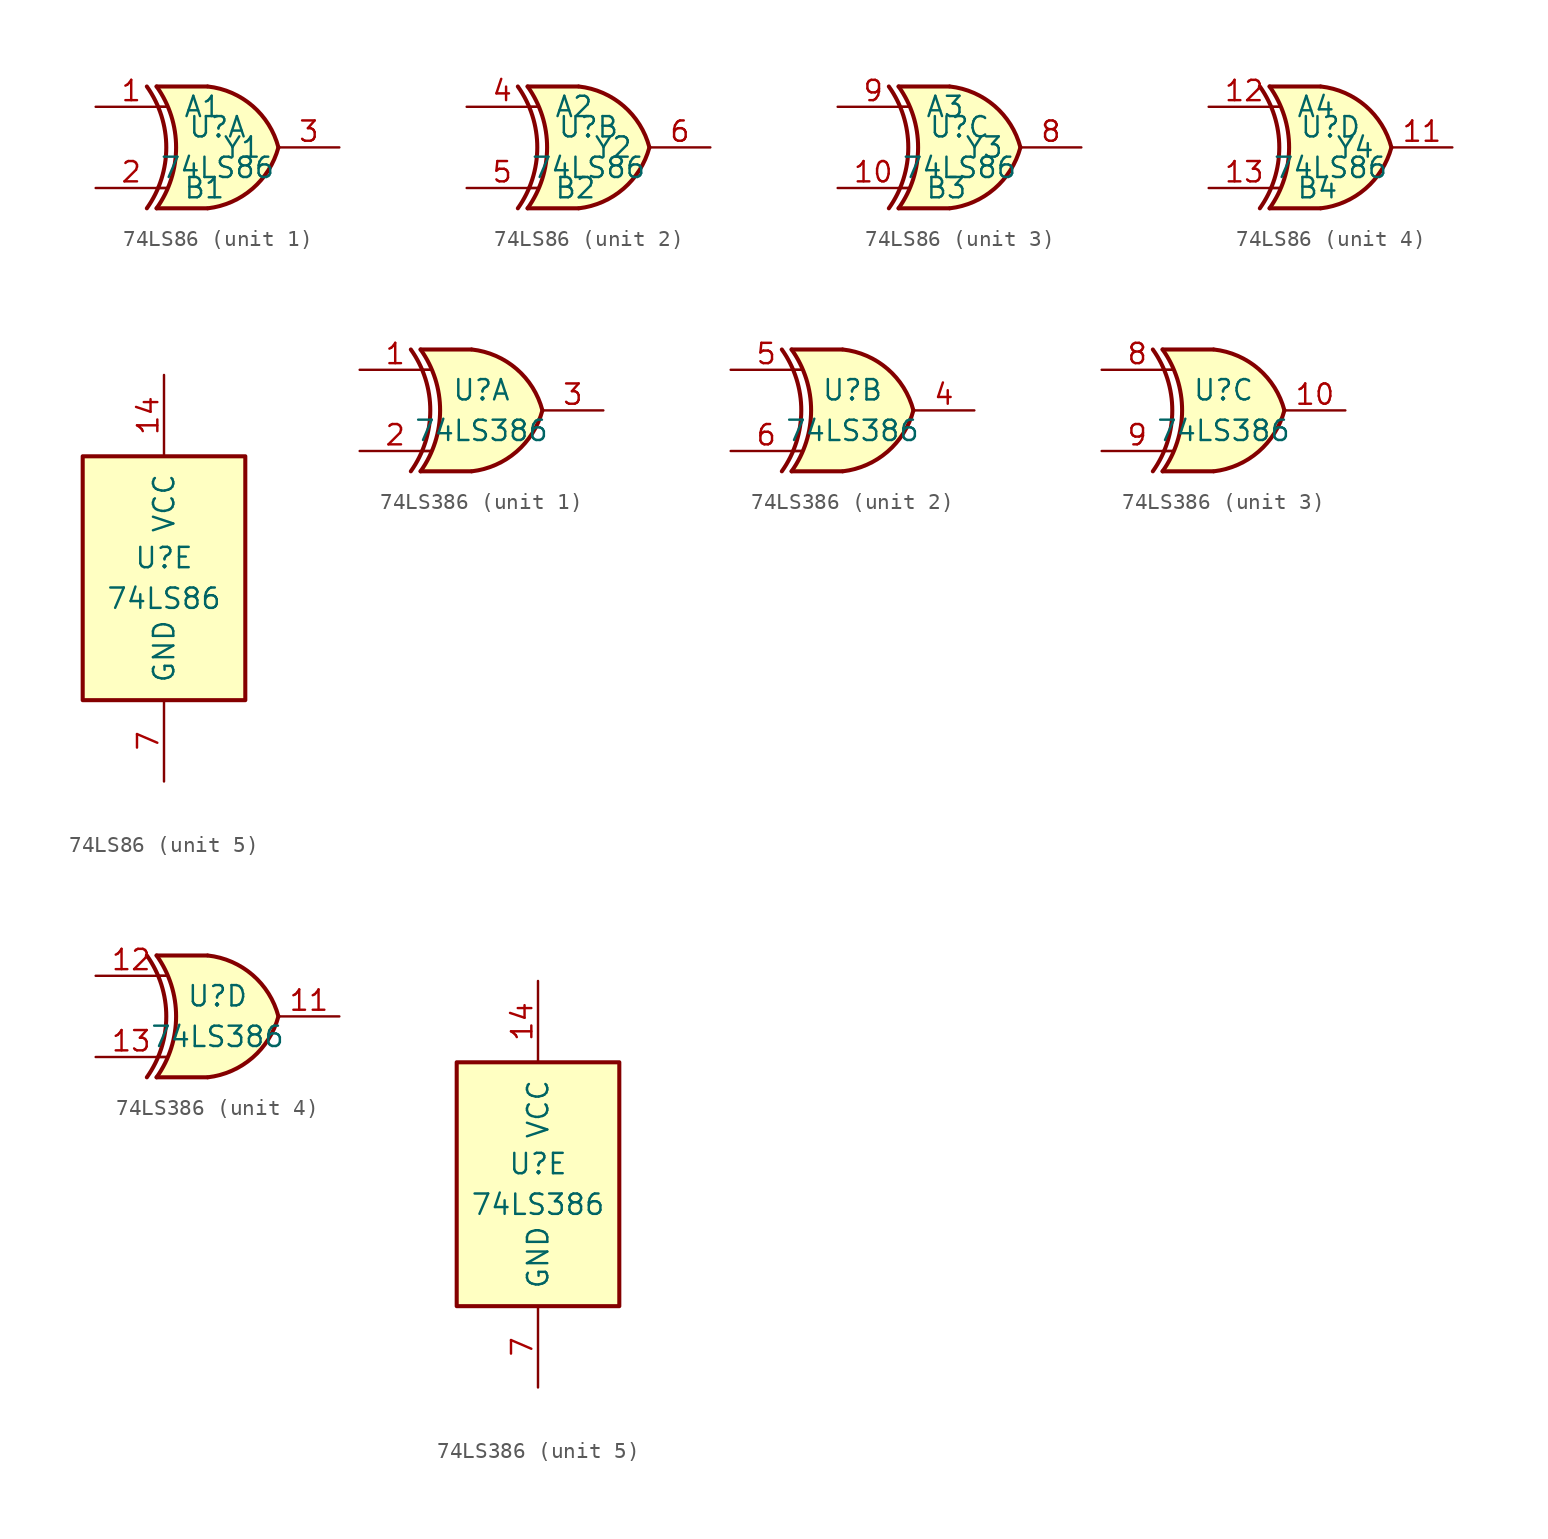
<source format=kicad_sym>
(kicad_symbol_lib
  (version 20211014)
  (generator kicad_symbol_editor)
  (symbol "74LS86"
    (pin_names
      (offset 1.016))
    (property "Reference" "U"
      (at 0 1.27 0)
      (effects (font (size 1.27 1.27))))
    (property "Value" "74LS86"
      (at 0 -1.27 0)
      (effects (font (size 1.27 1.27))))
    (property "ki_locked" ""
      (at 0 0 0)
      (effects (font (size 1.27 1.27))))
    (symbol "74LS86_1_0"
      (arc (start -4.4196 -3.81) (mid -3.2033 0) (end -4.4196 3.81) (stroke (width 0.254) (type default) (color 0 0 0 0)) (fill (type none)))
      (arc (start -3.81 -3.81) (mid -2.589 0) (end -3.81 3.81) (stroke (width 0.254) (type default) (color 0 0 0 0)) (fill (type none)))
      (arc (start -0.6096 -3.81) (mid 2.1855 -2.584) (end 3.81 0) (stroke (width 0.254) (type default) (color 0 0 0 0)) (fill (type background)))
      (polyline (pts (xy -3.81 -3.81) (xy -0.635 -3.81)) (stroke (width 0.254) (type default) (color 0 0 0 0)) (fill (type background)))
      (polyline (pts (xy -3.81 3.81) (xy -0.635 3.81)) (stroke (width 0.254) (type default) (color 0 0 0 0)) (fill (type background)))
      (polyline (pts (xy -0.635 3.81) (xy -3.81 3.81) (xy -3.81 3.81) (xy -3.556 3.404) (xy -3.023 2.261) (xy -2.692 1.041) (xy -2.616 -0.254) (xy -2.769 -1.499) (xy -3.175 -2.718) (xy -3.81 -3.81) (xy -3.81 -3.81) (xy -0.635 -3.81)) (stroke (width -25.4) (type default) (color 0 0 0 0)) (fill (type background)))
      (arc (start 3.81 0) (mid 2.1928 2.5925) (end -0.6096 3.81) (stroke (width 0.254) (type default) (color 0 0 0 0)) (fill (type background)))
      (pin input line (at -7.62 2.54 0) (length 4.445) (name "A1" (effects (font (size 1.27 1.27)))) (number "1" (effects (font (size 1.27 1.27)))))
      (pin input line (at -7.62 -2.54 0) (length 4.445) (name "B1" (effects (font (size 1.27 1.27)))) (number "2" (effects (font (size 1.27 1.27)))))
      (pin output line (at 7.62 0 180) (length 3.81) (name "Y1" (effects (font (size 1.27 1.27)))) (number "3" (effects (font (size 1.27 1.27))))))
    (symbol "74LS86_1_1"
      (polyline (pts (xy -3.81 -2.54) (xy -3.175 -2.54)) (stroke (width 0.152) (type default) (color 0 0 0 0)) (fill (type none)))
      (polyline (pts (xy -3.81 2.54) (xy -3.175 2.54)) (stroke (width 0.152) (type default) (color 0 0 0 0)) (fill (type none))))
    (symbol "74LS86_2_0"
      (arc (start -4.4196 -3.81) (mid -3.2033 0) (end -4.4196 3.81) (stroke (width 0.254) (type default) (color 0 0 0 0)) (fill (type none)))
      (arc (start -3.81 -3.81) (mid -2.589 0) (end -3.81 3.81) (stroke (width 0.254) (type default) (color 0 0 0 0)) (fill (type none)))
      (arc (start -0.6096 -3.81) (mid 2.1855 -2.584) (end 3.81 0) (stroke (width 0.254) (type default) (color 0 0 0 0)) (fill (type background)))
      (polyline (pts (xy -3.81 -3.81) (xy -0.635 -3.81)) (stroke (width 0.254) (type default) (color 0 0 0 0)) (fill (type background)))
      (polyline (pts (xy -3.81 3.81) (xy -0.635 3.81)) (stroke (width 0.254) (type default) (color 0 0 0 0)) (fill (type background)))
      (polyline (pts (xy -0.635 3.81) (xy -3.81 3.81) (xy -3.81 3.81) (xy -3.556 3.404) (xy -3.023 2.261) (xy -2.692 1.041) (xy -2.616 -0.254) (xy -2.769 -1.499) (xy -3.175 -2.718) (xy -3.81 -3.81) (xy -3.81 -3.81) (xy -0.635 -3.81)) (stroke (width -25.4) (type default) (color 0 0 0 0)) (fill (type background)))
      (arc (start 3.81 0) (mid 2.1928 2.5925) (end -0.6096 3.81) (stroke (width 0.254) (type default) (color 0 0 0 0)) (fill (type background)))
      (pin input line (at -7.62 2.54 0) (length 4.445) (name "A2" (effects (font (size 1.27 1.27)))) (number "4" (effects (font (size 1.27 1.27)))))
      (pin input line (at -7.62 -2.54 0) (length 4.445) (name "B2" (effects (font (size 1.27 1.27)))) (number "5" (effects (font (size 1.27 1.27)))))
      (pin output line (at 7.62 0 180) (length 3.81) (name "Y2" (effects (font (size 1.27 1.27)))) (number "6" (effects (font (size 1.27 1.27))))))
    (symbol "74LS86_2_1"
      (polyline (pts (xy -3.81 -2.54) (xy -3.175 -2.54)) (stroke (width 0.152) (type default) (color 0 0 0 0)) (fill (type none)))
      (polyline (pts (xy -3.81 2.54) (xy -3.175 2.54)) (stroke (width 0.152) (type default) (color 0 0 0 0)) (fill (type none))))
    (symbol "74LS86_3_0"
      (arc (start -4.4196 -3.81) (mid -3.2033 0) (end -4.4196 3.81) (stroke (width 0.254) (type default) (color 0 0 0 0)) (fill (type none)))
      (arc (start -3.81 -3.81) (mid -2.589 0) (end -3.81 3.81) (stroke (width 0.254) (type default) (color 0 0 0 0)) (fill (type none)))
      (arc (start -0.6096 -3.81) (mid 2.1855 -2.584) (end 3.81 0) (stroke (width 0.254) (type default) (color 0 0 0 0)) (fill (type background)))
      (polyline (pts (xy -3.81 -3.81) (xy -0.635 -3.81)) (stroke (width 0.254) (type default) (color 0 0 0 0)) (fill (type background)))
      (polyline (pts (xy -3.81 3.81) (xy -0.635 3.81)) (stroke (width 0.254) (type default) (color 0 0 0 0)) (fill (type background)))
      (polyline (pts (xy -0.635 3.81) (xy -3.81 3.81) (xy -3.81 3.81) (xy -3.556 3.404) (xy -3.023 2.261) (xy -2.692 1.041) (xy -2.616 -0.254) (xy -2.769 -1.499) (xy -3.175 -2.718) (xy -3.81 -3.81) (xy -3.81 -3.81) (xy -0.635 -3.81)) (stroke (width -25.4) (type default) (color 0 0 0 0)) (fill (type background)))
      (arc (start 3.81 0) (mid 2.1928 2.5925) (end -0.6096 3.81) (stroke (width 0.254) (type default) (color 0 0 0 0)) (fill (type background)))
      (pin input line (at -7.62 -2.54 0) (length 4.445) (name "B3" (effects (font (size 1.27 1.27)))) (number "10" (effects (font (size 1.27 1.27)))))
      (pin output line (at 7.62 0 180) (length 3.81) (name "Y3" (effects (font (size 1.27 1.27)))) (number "8" (effects (font (size 1.27 1.27)))))
      (pin input line (at -7.62 2.54 0) (length 4.445) (name "A3" (effects (font (size 1.27 1.27)))) (number "9" (effects (font (size 1.27 1.27))))))
    (symbol "74LS86_3_1"
      (polyline (pts (xy -3.81 -2.54) (xy -3.175 -2.54)) (stroke (width 0.152) (type default) (color 0 0 0 0)) (fill (type none)))
      (polyline (pts (xy -3.81 2.54) (xy -3.175 2.54)) (stroke (width 0.152) (type default) (color 0 0 0 0)) (fill (type none))))
    (symbol "74LS86_4_0"
      (arc (start -4.4196 -3.81) (mid -3.2033 0) (end -4.4196 3.81) (stroke (width 0.254) (type default) (color 0 0 0 0)) (fill (type none)))
      (arc (start -3.81 -3.81) (mid -2.589 0) (end -3.81 3.81) (stroke (width 0.254) (type default) (color 0 0 0 0)) (fill (type none)))
      (arc (start -0.6096 -3.81) (mid 2.1855 -2.584) (end 3.81 0) (stroke (width 0.254) (type default) (color 0 0 0 0)) (fill (type background)))
      (polyline (pts (xy -3.81 -3.81) (xy -0.635 -3.81)) (stroke (width 0.254) (type default) (color 0 0 0 0)) (fill (type background)))
      (polyline (pts (xy -3.81 3.81) (xy -0.635 3.81)) (stroke (width 0.254) (type default) (color 0 0 0 0)) (fill (type background)))
      (polyline (pts (xy -0.635 3.81) (xy -3.81 3.81) (xy -3.81 3.81) (xy -3.556 3.404) (xy -3.023 2.261) (xy -2.692 1.041) (xy -2.616 -0.254) (xy -2.769 -1.499) (xy -3.175 -2.718) (xy -3.81 -3.81) (xy -3.81 -3.81) (xy -0.635 -3.81)) (stroke (width -25.4) (type default) (color 0 0 0 0)) (fill (type background)))
      (arc (start 3.81 0) (mid 2.1928 2.5925) (end -0.6096 3.81) (stroke (width 0.254) (type default) (color 0 0 0 0)) (fill (type background)))
      (pin output line (at 7.62 0 180) (length 3.81) (name "Y4" (effects (font (size 1.27 1.27)))) (number "11" (effects (font (size 1.27 1.27)))))
      (pin input line (at -7.62 2.54 0) (length 4.445) (name "A4" (effects (font (size 1.27 1.27)))) (number "12" (effects (font (size 1.27 1.27)))))
      (pin input line (at -7.62 -2.54 0) (length 4.445) (name "B4" (effects (font (size 1.27 1.27)))) (number "13" (effects (font (size 1.27 1.27))))))
    (symbol "74LS86_4_1"
      (polyline (pts (xy -3.81 -2.54) (xy -3.175 -2.54)) (stroke (width 0.152) (type default) (color 0 0 0 0)) (fill (type none)))
      (polyline (pts (xy -3.81 2.54) (xy -3.175 2.54)) (stroke (width 0.152) (type default) (color 0 0 0 0)) (fill (type none))))
    (symbol "74LS86_5_0"
      (pin power_in line (at 0 12.7 270) (length 5.08) (name "VCC" (effects (font (size 1.27 1.27)))) (number "14" (effects (font (size 1.27 1.27)))))
      (pin power_in line (at 0 -12.7 90) (length 5.08) (name "GND" (effects (font (size 1.27 1.27)))) (number "7" (effects (font (size 1.27 1.27))))))
    (symbol "74LS86_5_1"
      (rectangle (start -5.08 7.62) (end 5.08 -7.62) (stroke (width 0.254) (type default) (color 0 0 0 0)) (fill (type background)))))
  (symbol "74LS386"
    (pin_names
      (offset 1.016))
    (property "Reference" "U"
      (at 0 1.27 0)
      (effects (font (size 1.27 1.27))))
    (property "Value" "74LS386"
      (at 0 -1.27 0)
      (effects (font (size 1.27 1.27))))
    (property "ki_locked" ""
      (at 0 0 0)
      (effects (font (size 1.27 1.27))))
    (symbol "74LS386_1_0"
      (arc (start -4.4196 -3.81) (mid -3.2033 0) (end -4.4196 3.81) (stroke (width 0.254) (type default) (color 0 0 0 0)) (fill (type none)))
      (arc (start -3.81 -3.81) (mid -2.589 0) (end -3.81 3.81) (stroke (width 0.254) (type default) (color 0 0 0 0)) (fill (type none)))
      (arc (start -0.6096 -3.81) (mid 2.1855 -2.584) (end 3.81 0) (stroke (width 0.254) (type default) (color 0 0 0 0)) (fill (type background)))
      (polyline (pts (xy -3.81 -3.81) (xy -0.635 -3.81)) (stroke (width 0.254) (type default) (color 0 0 0 0)) (fill (type background)))
      (polyline (pts (xy -3.81 3.81) (xy -0.635 3.81)) (stroke (width 0.254) (type default) (color 0 0 0 0)) (fill (type background)))
      (polyline (pts (xy -0.635 3.81) (xy -3.81 3.81) (xy -3.81 3.81) (xy -3.556 3.404) (xy -3.023 2.261) (xy -2.692 1.041) (xy -2.616 -0.254) (xy -2.769 -1.499) (xy -3.175 -2.718) (xy -3.81 -3.81) (xy -3.81 -3.81) (xy -0.635 -3.81)) (stroke (width -25.4) (type default) (color 0 0 0 0)) (fill (type background)))
      (arc (start 3.81 0) (mid 2.1928 2.5925) (end -0.6096 3.81) (stroke (width 0.254) (type default) (color 0 0 0 0)) (fill (type background)))
      (pin input line (at -7.62 2.54 0) (length 4.445) (name "~" (effects (font (size 1.27 1.27)))) (number "1" (effects (font (size 1.27 1.27)))))
      (pin input line (at -7.62 -2.54 0) (length 4.445) (name "~" (effects (font (size 1.27 1.27)))) (number "2" (effects (font (size 1.27 1.27)))))
      (pin output line (at 7.62 0 180) (length 3.81) (name "~" (effects (font (size 1.27 1.27)))) (number "3" (effects (font (size 1.27 1.27))))))
    (symbol "74LS386_1_1"
      (polyline (pts (xy -3.81 -2.54) (xy -3.175 -2.54)) (stroke (width 0.152) (type default) (color 0 0 0 0)) (fill (type none)))
      (polyline (pts (xy -3.81 2.54) (xy -3.175 2.54)) (stroke (width 0.152) (type default) (color 0 0 0 0)) (fill (type none))))
    (symbol "74LS386_2_0"
      (arc (start -4.4196 -3.81) (mid -3.2033 0) (end -4.4196 3.81) (stroke (width 0.254) (type default) (color 0 0 0 0)) (fill (type none)))
      (arc (start -3.81 -3.81) (mid -2.589 0) (end -3.81 3.81) (stroke (width 0.254) (type default) (color 0 0 0 0)) (fill (type none)))
      (arc (start -0.6096 -3.81) (mid 2.1855 -2.584) (end 3.81 0) (stroke (width 0.254) (type default) (color 0 0 0 0)) (fill (type background)))
      (polyline (pts (xy -3.81 -3.81) (xy -0.635 -3.81)) (stroke (width 0.254) (type default) (color 0 0 0 0)) (fill (type background)))
      (polyline (pts (xy -3.81 3.81) (xy -0.635 3.81)) (stroke (width 0.254) (type default) (color 0 0 0 0)) (fill (type background)))
      (polyline (pts (xy -0.635 3.81) (xy -3.81 3.81) (xy -3.81 3.81) (xy -3.556 3.404) (xy -3.023 2.261) (xy -2.692 1.041) (xy -2.616 -0.254) (xy -2.769 -1.499) (xy -3.175 -2.718) (xy -3.81 -3.81) (xy -3.81 -3.81) (xy -0.635 -3.81)) (stroke (width -25.4) (type default) (color 0 0 0 0)) (fill (type background)))
      (arc (start 3.81 0) (mid 2.1928 2.5925) (end -0.6096 3.81) (stroke (width 0.254) (type default) (color 0 0 0 0)) (fill (type background)))
      (pin output line (at 7.62 0 180) (length 3.81) (name "~" (effects (font (size 1.27 1.27)))) (number "4" (effects (font (size 1.27 1.27)))))
      (pin input line (at -7.62 2.54 0) (length 4.445) (name "~" (effects (font (size 1.27 1.27)))) (number "5" (effects (font (size 1.27 1.27)))))
      (pin input line (at -7.62 -2.54 0) (length 4.445) (name "~" (effects (font (size 1.27 1.27)))) (number "6" (effects (font (size 1.27 1.27))))))
    (symbol "74LS386_2_1"
      (polyline (pts (xy -3.81 -2.54) (xy -3.175 -2.54)) (stroke (width 0.152) (type default) (color 0 0 0 0)) (fill (type none)))
      (polyline (pts (xy -3.81 2.54) (xy -3.175 2.54)) (stroke (width 0.152) (type default) (color 0 0 0 0)) (fill (type none))))
    (symbol "74LS386_3_0"
      (arc (start -4.4196 -3.81) (mid -3.2033 0) (end -4.4196 3.81) (stroke (width 0.254) (type default) (color 0 0 0 0)) (fill (type none)))
      (arc (start -3.81 -3.81) (mid -2.589 0) (end -3.81 3.81) (stroke (width 0.254) (type default) (color 0 0 0 0)) (fill (type none)))
      (arc (start -0.6096 -3.81) (mid 2.1855 -2.584) (end 3.81 0) (stroke (width 0.254) (type default) (color 0 0 0 0)) (fill (type background)))
      (polyline (pts (xy -3.81 -3.81) (xy -0.635 -3.81)) (stroke (width 0.254) (type default) (color 0 0 0 0)) (fill (type background)))
      (polyline (pts (xy -3.81 3.81) (xy -0.635 3.81)) (stroke (width 0.254) (type default) (color 0 0 0 0)) (fill (type background)))
      (polyline (pts (xy -0.635 3.81) (xy -3.81 3.81) (xy -3.81 3.81) (xy -3.556 3.404) (xy -3.023 2.261) (xy -2.692 1.041) (xy -2.616 -0.254) (xy -2.769 -1.499) (xy -3.175 -2.718) (xy -3.81 -3.81) (xy -3.81 -3.81) (xy -0.635 -3.81)) (stroke (width -25.4) (type default) (color 0 0 0 0)) (fill (type background)))
      (arc (start 3.81 0) (mid 2.1928 2.5925) (end -0.6096 3.81) (stroke (width 0.254) (type default) (color 0 0 0 0)) (fill (type background)))
      (pin output line (at 7.62 0 180) (length 3.81) (name "~" (effects (font (size 1.27 1.27)))) (number "10" (effects (font (size 1.27 1.27)))))
      (pin input line (at -7.62 2.54 0) (length 4.445) (name "~" (effects (font (size 1.27 1.27)))) (number "8" (effects (font (size 1.27 1.27)))))
      (pin input line (at -7.62 -2.54 0) (length 4.445) (name "~" (effects (font (size 1.27 1.27)))) (number "9" (effects (font (size 1.27 1.27))))))
    (symbol "74LS386_3_1"
      (polyline (pts (xy -3.81 -2.54) (xy -3.175 -2.54)) (stroke (width 0.152) (type default) (color 0 0 0 0)) (fill (type none)))
      (polyline (pts (xy -3.81 2.54) (xy -3.175 2.54)) (stroke (width 0.152) (type default) (color 0 0 0 0)) (fill (type none))))
    (symbol "74LS386_4_0"
      (arc (start -4.4196 -3.81) (mid -3.2033 0) (end -4.4196 3.81) (stroke (width 0.254) (type default) (color 0 0 0 0)) (fill (type none)))
      (arc (start -3.81 -3.81) (mid -2.589 0) (end -3.81 3.81) (stroke (width 0.254) (type default) (color 0 0 0 0)) (fill (type none)))
      (arc (start -0.6096 -3.81) (mid 2.1855 -2.584) (end 3.81 0) (stroke (width 0.254) (type default) (color 0 0 0 0)) (fill (type background)))
      (polyline (pts (xy -3.81 -3.81) (xy -0.635 -3.81)) (stroke (width 0.254) (type default) (color 0 0 0 0)) (fill (type background)))
      (polyline (pts (xy -3.81 3.81) (xy -0.635 3.81)) (stroke (width 0.254) (type default) (color 0 0 0 0)) (fill (type background)))
      (polyline (pts (xy -0.635 3.81) (xy -3.81 3.81) (xy -3.81 3.81) (xy -3.556 3.404) (xy -3.023 2.261) (xy -2.692 1.041) (xy -2.616 -0.254) (xy -2.769 -1.499) (xy -3.175 -2.718) (xy -3.81 -3.81) (xy -3.81 -3.81) (xy -0.635 -3.81)) (stroke (width -25.4) (type default) (color 0 0 0 0)) (fill (type background)))
      (arc (start 3.81 0) (mid 2.1928 2.5925) (end -0.6096 3.81) (stroke (width 0.254) (type default) (color 0 0 0 0)) (fill (type background)))
      (pin output line (at 7.62 0 180) (length 3.81) (name "~" (effects (font (size 1.27 1.27)))) (number "11" (effects (font (size 1.27 1.27)))))
      (pin input line (at -7.62 2.54 0) (length 4.445) (name "~" (effects (font (size 1.27 1.27)))) (number "12" (effects (font (size 1.27 1.27)))))
      (pin input line (at -7.62 -2.54 0) (length 4.445) (name "~" (effects (font (size 1.27 1.27)))) (number "13" (effects (font (size 1.27 1.27))))))
    (symbol "74LS386_4_1"
      (polyline (pts (xy -3.81 -2.54) (xy -3.175 -2.54)) (stroke (width 0.152) (type default) (color 0 0 0 0)) (fill (type none)))
      (polyline (pts (xy -3.81 2.54) (xy -3.175 2.54)) (stroke (width 0.152) (type default) (color 0 0 0 0)) (fill (type none))))
    (symbol "74LS386_5_0"
      (pin power_in line (at 0 12.7 270) (length 5.08) (name "VCC" (effects (font (size 1.27 1.27)))) (number "14" (effects (font (size 1.27 1.27)))))
      (pin power_in line (at 0 -12.7 90) (length 5.08) (name "GND" (effects (font (size 1.27 1.27)))) (number "7" (effects (font (size 1.27 1.27))))))
    (symbol "74LS386_5_1"
      (rectangle (start -5.08 7.62) (end 5.08 -7.62) (stroke (width 0.254) (type default) (color 0 0 0 0)) (fill (type background))))))
</source>
